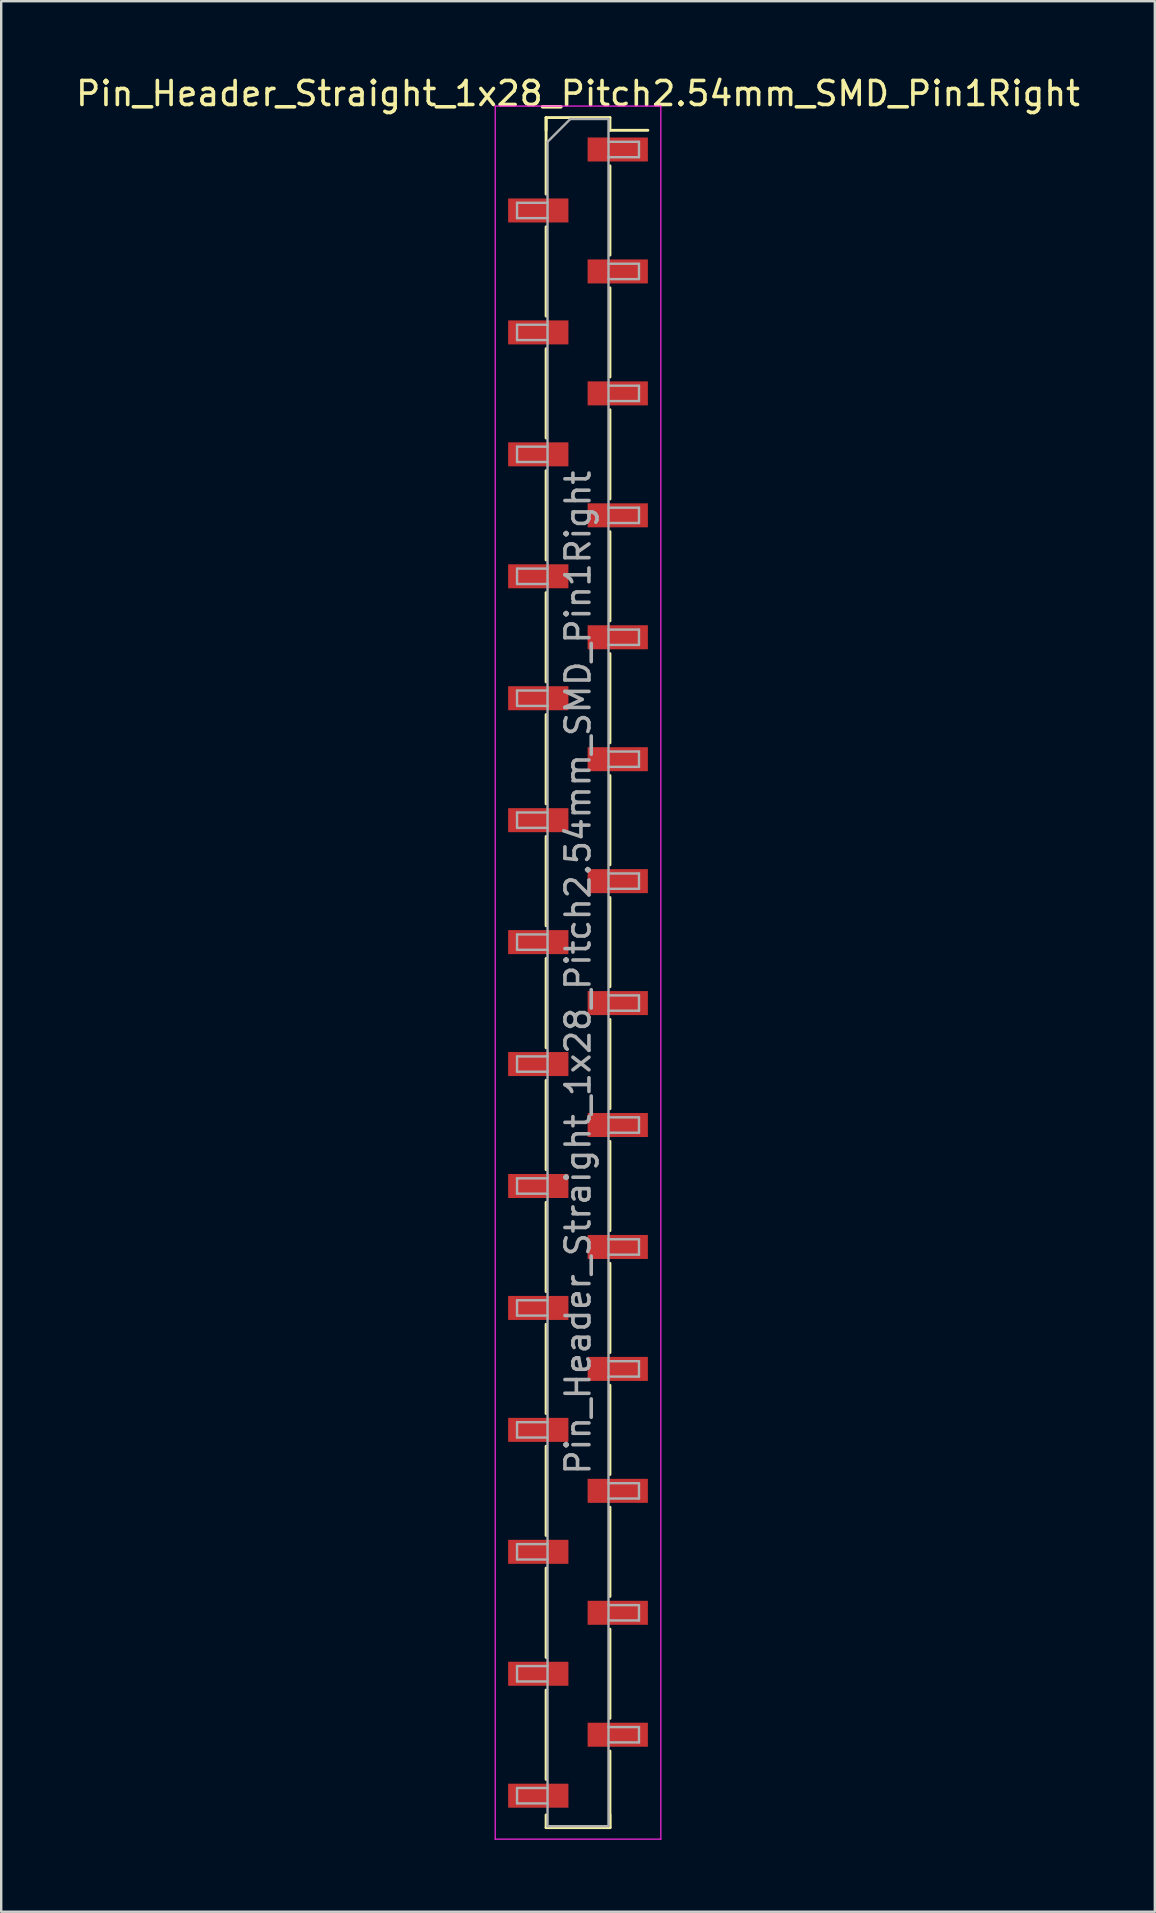
<source format=kicad_pcb>
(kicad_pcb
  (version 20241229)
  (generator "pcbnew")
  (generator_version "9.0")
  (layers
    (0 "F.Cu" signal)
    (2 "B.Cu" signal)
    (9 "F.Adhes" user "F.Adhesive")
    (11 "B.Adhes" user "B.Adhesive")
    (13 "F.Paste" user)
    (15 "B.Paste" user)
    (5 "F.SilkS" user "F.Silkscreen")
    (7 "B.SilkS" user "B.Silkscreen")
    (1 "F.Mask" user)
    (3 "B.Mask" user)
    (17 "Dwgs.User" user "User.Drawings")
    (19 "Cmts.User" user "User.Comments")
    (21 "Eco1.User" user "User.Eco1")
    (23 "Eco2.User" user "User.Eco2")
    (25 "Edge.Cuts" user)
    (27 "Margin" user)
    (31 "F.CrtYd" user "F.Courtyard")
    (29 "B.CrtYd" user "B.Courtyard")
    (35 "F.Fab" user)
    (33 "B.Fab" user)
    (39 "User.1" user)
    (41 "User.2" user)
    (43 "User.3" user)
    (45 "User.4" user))
  (footprint "Pin_Header_Straight_1x28_Pitch2.54mm_SMD_Pin1Right"
    (layer "F.Cu")
    (at 21.03 37.468)
    (property "Reference" "Pin_Header_Straight_1x28_Pitch2.54mm_SMD_Pin1Right" (at 0 -36.62 0) (layer "F.SilkS") (effects (font (size 1 1) (thickness 0.15))))
    (attr smd)
    (fp_line (start -1.33 -35.62) (end -1.33 -32.43) (stroke (width 0.12) (type solid)) (layer "F.SilkS"))
    (fp_line (start -1.33 -35.62) (end 1.33 -35.62) (stroke (width 0.12) (type solid)) (layer "F.SilkS"))
    (fp_line (start -1.33 -35.09) (end -1.33 -35.62) (stroke (width 0.12) (type solid)) (layer "F.SilkS"))
    (fp_line (start -1.33 -31.07) (end -1.33 -27.35) (stroke (width 0.12) (type solid)) (layer "F.SilkS"))
    (fp_line (start -1.33 -25.99) (end -1.33 -22.27) (stroke (width 0.12) (type solid)) (layer "F.SilkS"))
    (fp_line (start -1.33 -20.91) (end -1.33 -17.19) (stroke (width 0.12) (type solid)) (layer "F.SilkS"))
    (fp_line (start -1.33 -15.83) (end -1.33 -12.11) (stroke (width 0.12) (type solid)) (layer "F.SilkS"))
    (fp_line (start -1.33 -10.75) (end -1.33 -7.03) (stroke (width 0.12) (type solid)) (layer "F.SilkS"))
    (fp_line (start -1.33 -5.67) (end -1.33 -1.95) (stroke (width 0.12) (type solid)) (layer "F.SilkS"))
    (fp_line (start -1.33 -0.59) (end -1.33 3.13) (stroke (width 0.12) (type solid)) (layer "F.SilkS"))
    (fp_line (start -1.33 4.49) (end -1.33 8.21) (stroke (width 0.12) (type solid)) (layer "F.SilkS"))
    (fp_line (start -1.33 9.57) (end -1.33 13.29) (stroke (width 0.12) (type solid)) (layer "F.SilkS"))
    (fp_line (start -1.33 14.65) (end -1.33 18.37) (stroke (width 0.12) (type solid)) (layer "F.SilkS"))
    (fp_line (start -1.33 19.73) (end -1.33 23.45) (stroke (width 0.12) (type solid)) (layer "F.SilkS"))
    (fp_line (start -1.33 24.81) (end -1.33 28.53) (stroke (width 0.12) (type solid)) (layer "F.SilkS"))
    (fp_line (start -1.33 29.89) (end -1.33 33.61) (stroke (width 0.12) (type solid)) (layer "F.SilkS"))
    (fp_line (start -1.33 35.09) (end -1.33 35.62) (stroke (width 0.12) (type solid)) (layer "F.SilkS"))
    (fp_line (start -1.33 35.62) (end 1.33 35.62) (stroke (width 0.12) (type solid)) (layer "F.SilkS"))
    (fp_line (start 1.33 -35.62) (end 1.33 -35.09) (stroke (width 0.12) (type solid)) (layer "F.SilkS"))
    (fp_line (start 1.33 -35.09) (end 2.91 -35.09) (stroke (width 0.12) (type solid)) (layer "F.SilkS"))
    (fp_line (start 1.33 -33.61) (end 1.33 -29.89) (stroke (width 0.12) (type solid)) (layer "F.SilkS"))
    (fp_line (start 1.33 -28.53) (end 1.33 -24.81) (stroke (width 0.12) (type solid)) (layer "F.SilkS"))
    (fp_line (start 1.33 -23.45) (end 1.33 -19.73) (stroke (width 0.12) (type solid)) (layer "F.SilkS"))
    (fp_line (start 1.33 -18.37) (end 1.33 -14.65) (stroke (width 0.12) (type solid)) (layer "F.SilkS"))
    (fp_line (start 1.33 -13.29) (end 1.33 -9.57) (stroke (width 0.12) (type solid)) (layer "F.SilkS"))
    (fp_line (start 1.33 -8.21) (end 1.33 -4.49) (stroke (width 0.12) (type solid)) (layer "F.SilkS"))
    (fp_line (start 1.33 -3.13) (end 1.33 0.59) (stroke (width 0.12) (type solid)) (layer "F.SilkS"))
    (fp_line (start 1.33 1.95) (end 1.33 5.67) (stroke (width 0.12) (type solid)) (layer "F.SilkS"))
    (fp_line (start 1.33 7.03) (end 1.33 10.75) (stroke (width 0.12) (type solid)) (layer "F.SilkS"))
    (fp_line (start 1.33 12.11) (end 1.33 15.83) (stroke (width 0.12) (type solid)) (layer "F.SilkS"))
    (fp_line (start 1.33 17.19) (end 1.33 20.91) (stroke (width 0.12) (type solid)) (layer "F.SilkS"))
    (fp_line (start 1.33 22.27) (end 1.33 25.99) (stroke (width 0.12) (type solid)) (layer "F.SilkS"))
    (fp_line (start 1.33 27.35) (end 1.33 31.07) (stroke (width 0.12) (type solid)) (layer "F.SilkS"))
    (fp_line (start 1.33 32.43) (end 1.33 35.62) (stroke (width 0.12) (type solid)) (layer "F.SilkS"))
    (fp_line (start 1.33 35.62) (end 1.33 35.09) (stroke (width 0.12) (type solid)) (layer "F.SilkS"))
    (fp_line (start -3.45 -36.1) (end -3.45 36.1) (stroke (width 0.05) (type solid)) (layer "F.CrtYd"))
    (fp_line (start -3.45 36.1) (end 3.45 36.1) (stroke (width 0.05) (type solid)) (layer "F.CrtYd"))
    (fp_line (start 3.45 -36.1) (end -3.45 -36.1) (stroke (width 0.05) (type solid)) (layer "F.CrtYd"))
    (fp_line (start 3.45 36.1) (end 3.45 -36.1) (stroke (width 0.05) (type solid)) (layer "F.CrtYd"))
    (fp_line (start -2.54 -32.07) (end -2.54 -31.43) (stroke (width 0.1) (type solid)) (layer "F.Fab"))
    (fp_line (start -2.54 -31.43) (end -1.27 -31.43) (stroke (width 0.1) (type solid)) (layer "F.Fab"))
    (fp_line (start -2.54 -26.99) (end -2.54 -26.35) (stroke (width 0.1) (type solid)) (layer "F.Fab"))
    (fp_line (start -2.54 -26.35) (end -1.27 -26.35) (stroke (width 0.1) (type solid)) (layer "F.Fab"))
    (fp_line (start -2.54 -21.91) (end -2.54 -21.27) (stroke (width 0.1) (type solid)) (layer "F.Fab"))
    (fp_line (start -2.54 -21.27) (end -1.27 -21.27) (stroke (width 0.1) (type solid)) (layer "F.Fab"))
    (fp_line (start -2.54 -16.83) (end -2.54 -16.19) (stroke (width 0.1) (type solid)) (layer "F.Fab"))
    (fp_line (start -2.54 -16.19) (end -1.27 -16.19) (stroke (width 0.1) (type solid)) (layer "F.Fab"))
    (fp_line (start -2.54 -11.75) (end -2.54 -11.11) (stroke (width 0.1) (type solid)) (layer "F.Fab"))
    (fp_line (start -2.54 -11.11) (end -1.27 -11.11) (stroke (width 0.1) (type solid)) (layer "F.Fab"))
    (fp_line (start -2.54 -6.67) (end -2.54 -6.03) (stroke (width 0.1) (type solid)) (layer "F.Fab"))
    (fp_line (start -2.54 -6.03) (end -1.27 -6.03) (stroke (width 0.1) (type solid)) (layer "F.Fab"))
    (fp_line (start -2.54 -1.59) (end -2.54 -0.95) (stroke (width 0.1) (type solid)) (layer "F.Fab"))
    (fp_line (start -2.54 -0.95) (end -1.27 -0.95) (stroke (width 0.1) (type solid)) (layer "F.Fab"))
    (fp_line (start -2.54 3.49) (end -2.54 4.13) (stroke (width 0.1) (type solid)) (layer "F.Fab"))
    (fp_line (start -2.54 4.13) (end -1.27 4.13) (stroke (width 0.1) (type solid)) (layer "F.Fab"))
    (fp_line (start -2.54 8.57) (end -2.54 9.21) (stroke (width 0.1) (type solid)) (layer "F.Fab"))
    (fp_line (start -2.54 9.21) (end -1.27 9.21) (stroke (width 0.1) (type solid)) (layer "F.Fab"))
    (fp_line (start -2.54 13.65) (end -2.54 14.29) (stroke (width 0.1) (type solid)) (layer "F.Fab"))
    (fp_line (start -2.54 14.29) (end -1.27 14.29) (stroke (width 0.1) (type solid)) (layer "F.Fab"))
    (fp_line (start -2.54 18.73) (end -2.54 19.37) (stroke (width 0.1) (type solid)) (layer "F.Fab"))
    (fp_line (start -2.54 19.37) (end -1.27 19.37) (stroke (width 0.1) (type solid)) (layer "F.Fab"))
    (fp_line (start -2.54 23.81) (end -2.54 24.45) (stroke (width 0.1) (type solid)) (layer "F.Fab"))
    (fp_line (start -2.54 24.45) (end -1.27 24.45) (stroke (width 0.1) (type solid)) (layer "F.Fab"))
    (fp_line (start -2.54 28.89) (end -2.54 29.53) (stroke (width 0.1) (type solid)) (layer "F.Fab"))
    (fp_line (start -2.54 29.53) (end -1.27 29.53) (stroke (width 0.1) (type solid)) (layer "F.Fab"))
    (fp_line (start -2.54 33.97) (end -2.54 34.61) (stroke (width 0.1) (type solid)) (layer "F.Fab"))
    (fp_line (start -2.54 34.61) (end -1.27 34.61) (stroke (width 0.1) (type solid)) (layer "F.Fab"))
    (fp_line (start -1.27 -34.61) (end -0.32 -35.56) (stroke (width 0.1) (type solid)) (layer "F.Fab"))
    (fp_line (start -1.27 -32.07) (end -2.54 -32.07) (stroke (width 0.1) (type solid)) (layer "F.Fab"))
    (fp_line (start -1.27 -26.99) (end -2.54 -26.99) (stroke (width 0.1) (type solid)) (layer "F.Fab"))
    (fp_line (start -1.27 -21.91) (end -2.54 -21.91) (stroke (width 0.1) (type solid)) (layer "F.Fab"))
    (fp_line (start -1.27 -16.83) (end -2.54 -16.83) (stroke (width 0.1) (type solid)) (layer "F.Fab"))
    (fp_line (start -1.27 -11.75) (end -2.54 -11.75) (stroke (width 0.1) (type solid)) (layer "F.Fab"))
    (fp_line (start -1.27 -6.67) (end -2.54 -6.67) (stroke (width 0.1) (type solid)) (layer "F.Fab"))
    (fp_line (start -1.27 -1.59) (end -2.54 -1.59) (stroke (width 0.1) (type solid)) (layer "F.Fab"))
    (fp_line (start -1.27 3.49) (end -2.54 3.49) (stroke (width 0.1) (type solid)) (layer "F.Fab"))
    (fp_line (start -1.27 8.57) (end -2.54 8.57) (stroke (width 0.1) (type solid)) (layer "F.Fab"))
    (fp_line (start -1.27 13.65) (end -2.54 13.65) (stroke (width 0.1) (type solid)) (layer "F.Fab"))
    (fp_line (start -1.27 18.73) (end -2.54 18.73) (stroke (width 0.1) (type solid)) (layer "F.Fab"))
    (fp_line (start -1.27 23.81) (end -2.54 23.81) (stroke (width 0.1) (type solid)) (layer "F.Fab"))
    (fp_line (start -1.27 28.89) (end -2.54 28.89) (stroke (width 0.1) (type solid)) (layer "F.Fab"))
    (fp_line (start -1.27 33.97) (end -2.54 33.97) (stroke (width 0.1) (type solid)) (layer "F.Fab"))
    (fp_line (start -1.27 35.56) (end -1.27 -34.61) (stroke (width 0.1) (type solid)) (layer "F.Fab"))
    (fp_line (start -0.32 -35.56) (end 1.27 -35.56) (stroke (width 0.1) (type solid)) (layer "F.Fab"))
    (fp_line (start 1.27 -35.56) (end 1.27 35.56) (stroke (width 0.1) (type solid)) (layer "F.Fab"))
    (fp_line (start 1.27 -34.61) (end 2.54 -34.61) (stroke (width 0.1) (type solid)) (layer "F.Fab"))
    (fp_line (start 1.27 -29.53) (end 2.54 -29.53) (stroke (width 0.1) (type solid)) (layer "F.Fab"))
    (fp_line (start 1.27 -24.45) (end 2.54 -24.45) (stroke (width 0.1) (type solid)) (layer "F.Fab"))
    (fp_line (start 1.27 -19.37) (end 2.54 -19.37) (stroke (width 0.1) (type solid)) (layer "F.Fab"))
    (fp_line (start 1.27 -14.29) (end 2.54 -14.29) (stroke (width 0.1) (type solid)) (layer "F.Fab"))
    (fp_line (start 1.27 -9.21) (end 2.54 -9.21) (stroke (width 0.1) (type solid)) (layer "F.Fab"))
    (fp_line (start 1.27 -4.13) (end 2.54 -4.13) (stroke (width 0.1) (type solid)) (layer "F.Fab"))
    (fp_line (start 1.27 0.95) (end 2.54 0.95) (stroke (width 0.1) (type solid)) (layer "F.Fab"))
    (fp_line (start 1.27 6.03) (end 2.54 6.03) (stroke (width 0.1) (type solid)) (layer "F.Fab"))
    (fp_line (start 1.27 11.11) (end 2.54 11.11) (stroke (width 0.1) (type solid)) (layer "F.Fab"))
    (fp_line (start 1.27 16.19) (end 2.54 16.19) (stroke (width 0.1) (type solid)) (layer "F.Fab"))
    (fp_line (start 1.27 21.27) (end 2.54 21.27) (stroke (width 0.1) (type solid)) (layer "F.Fab"))
    (fp_line (start 1.27 26.35) (end 2.54 26.35) (stroke (width 0.1) (type solid)) (layer "F.Fab"))
    (fp_line (start 1.27 31.43) (end 2.54 31.43) (stroke (width 0.1) (type solid)) (layer "F.Fab"))
    (fp_line (start 1.27 35.56) (end -1.27 35.56) (stroke (width 0.1) (type solid)) (layer "F.Fab"))
    (fp_line (start 2.54 -34.61) (end 2.54 -33.97) (stroke (width 0.1) (type solid)) (layer "F.Fab"))
    (fp_line (start 2.54 -33.97) (end 1.27 -33.97) (stroke (width 0.1) (type solid)) (layer "F.Fab"))
    (fp_line (start 2.54 -29.53) (end 2.54 -28.89) (stroke (width 0.1) (type solid)) (layer "F.Fab"))
    (fp_line (start 2.54 -28.89) (end 1.27 -28.89) (stroke (width 0.1) (type solid)) (layer "F.Fab"))
    (fp_line (start 2.54 -24.45) (end 2.54 -23.81) (stroke (width 0.1) (type solid)) (layer "F.Fab"))
    (fp_line (start 2.54 -23.81) (end 1.27 -23.81) (stroke (width 0.1) (type solid)) (layer "F.Fab"))
    (fp_line (start 2.54 -19.37) (end 2.54 -18.73) (stroke (width 0.1) (type solid)) (layer "F.Fab"))
    (fp_line (start 2.54 -18.73) (end 1.27 -18.73) (stroke (width 0.1) (type solid)) (layer "F.Fab"))
    (fp_line (start 2.54 -14.29) (end 2.54 -13.65) (stroke (width 0.1) (type solid)) (layer "F.Fab"))
    (fp_line (start 2.54 -13.65) (end 1.27 -13.65) (stroke (width 0.1) (type solid)) (layer "F.Fab"))
    (fp_line (start 2.54 -9.21) (end 2.54 -8.57) (stroke (width 0.1) (type solid)) (layer "F.Fab"))
    (fp_line (start 2.54 -8.57) (end 1.27 -8.57) (stroke (width 0.1) (type solid)) (layer "F.Fab"))
    (fp_line (start 2.54 -4.13) (end 2.54 -3.49) (stroke (width 0.1) (type solid)) (layer "F.Fab"))
    (fp_line (start 2.54 -3.49) (end 1.27 -3.49) (stroke (width 0.1) (type solid)) (layer "F.Fab"))
    (fp_line (start 2.54 0.95) (end 2.54 1.59) (stroke (width 0.1) (type solid)) (layer "F.Fab"))
    (fp_line (start 2.54 1.59) (end 1.27 1.59) (stroke (width 0.1) (type solid)) (layer "F.Fab"))
    (fp_line (start 2.54 6.03) (end 2.54 6.67) (stroke (width 0.1) (type solid)) (layer "F.Fab"))
    (fp_line (start 2.54 6.67) (end 1.27 6.67) (stroke (width 0.1) (type solid)) (layer "F.Fab"))
    (fp_line (start 2.54 11.11) (end 2.54 11.75) (stroke (width 0.1) (type solid)) (layer "F.Fab"))
    (fp_line (start 2.54 11.75) (end 1.27 11.75) (stroke (width 0.1) (type solid)) (layer "F.Fab"))
    (fp_line (start 2.54 16.19) (end 2.54 16.83) (stroke (width 0.1) (type solid)) (layer "F.Fab"))
    (fp_line (start 2.54 16.83) (end 1.27 16.83) (stroke (width 0.1) (type solid)) (layer "F.Fab"))
    (fp_line (start 2.54 21.27) (end 2.54 21.91) (stroke (width 0.1) (type solid)) (layer "F.Fab"))
    (fp_line (start 2.54 21.91) (end 1.27 21.91) (stroke (width 0.1) (type solid)) (layer "F.Fab"))
    (fp_line (start 2.54 26.35) (end 2.54 26.99) (stroke (width 0.1) (type solid)) (layer "F.Fab"))
    (fp_line (start 2.54 26.99) (end 1.27 26.99) (stroke (width 0.1) (type solid)) (layer "F.Fab"))
    (fp_line (start 2.54 31.43) (end 2.54 32.07) (stroke (width 0.1) (type solid)) (layer "F.Fab"))
    (fp_line (start 2.54 32.07) (end 1.27 32.07) (stroke (width 0.1) (type solid)) (layer "F.Fab"))
    (fp_text user "${REFERENCE}" (at 0 0 90) (layer "F.Fab") (effects (font (size 1 1) (thickness 0.15))))
    (pad "1" smd rect (at 1.655 -34.29) (size 2.51 1) (layers "F.Cu" "F.Mask" "F.Paste"))
    (pad "2" smd rect (at -1.655 -31.75) (size 2.51 1) (layers "F.Cu" "F.Mask" "F.Paste"))
    (pad "3" smd rect (at 1.655 -29.21) (size 2.51 1) (layers "F.Cu" "F.Mask" "F.Paste"))
    (pad "4" smd rect (at -1.655 -26.67) (size 2.51 1) (layers "F.Cu" "F.Mask" "F.Paste"))
    (pad "5" smd rect (at 1.655 -24.13) (size 2.51 1) (layers "F.Cu" "F.Mask" "F.Paste"))
    (pad "6" smd rect (at -1.655 -21.59) (size 2.51 1) (layers "F.Cu" "F.Mask" "F.Paste"))
    (pad "7" smd rect (at 1.655 -19.05) (size 2.51 1) (layers "F.Cu" "F.Mask" "F.Paste"))
    (pad "8" smd rect (at -1.655 -16.51) (size 2.51 1) (layers "F.Cu" "F.Mask" "F.Paste"))
    (pad "9" smd rect (at 1.655 -13.97) (size 2.51 1) (layers "F.Cu" "F.Mask" "F.Paste"))
    (pad "10" smd rect (at -1.655 -11.43) (size 2.51 1) (layers "F.Cu" "F.Mask" "F.Paste"))
    (pad "11" smd rect (at 1.655 -8.89) (size 2.51 1) (layers "F.Cu" "F.Mask" "F.Paste"))
    (pad "12" smd rect (at -1.655 -6.35) (size 2.51 1) (layers "F.Cu" "F.Mask" "F.Paste"))
    (pad "13" smd rect (at 1.655 -3.81) (size 2.51 1) (layers "F.Cu" "F.Mask" "F.Paste"))
    (pad "14" smd rect (at -1.655 -1.27) (size 2.51 1) (layers "F.Cu" "F.Mask" "F.Paste"))
    (pad "15" smd rect (at 1.655 1.27) (size 2.51 1) (layers "F.Cu" "F.Mask" "F.Paste"))
    (pad "16" smd rect (at -1.655 3.81) (size 2.51 1) (layers "F.Cu" "F.Mask" "F.Paste"))
    (pad "17" smd rect (at 1.655 6.35) (size 2.51 1) (layers "F.Cu" "F.Mask" "F.Paste"))
    (pad "18" smd rect (at -1.655 8.89) (size 2.51 1) (layers "F.Cu" "F.Mask" "F.Paste"))
    (pad "19" smd rect (at 1.655 11.43) (size 2.51 1) (layers "F.Cu" "F.Mask" "F.Paste"))
    (pad "20" smd rect (at -1.655 13.97) (size 2.51 1) (layers "F.Cu" "F.Mask" "F.Paste"))
    (pad "21" smd rect (at 1.655 16.51) (size 2.51 1) (layers "F.Cu" "F.Mask" "F.Paste"))
    (pad "22" smd rect (at -1.655 19.05) (size 2.51 1) (layers "F.Cu" "F.Mask" "F.Paste"))
    (pad "23" smd rect (at 1.655 21.59) (size 2.51 1) (layers "F.Cu" "F.Mask" "F.Paste"))
    (pad "24" smd rect (at -1.655 24.13) (size 2.51 1) (layers "F.Cu" "F.Mask" "F.Paste"))
    (pad "25" smd rect (at 1.655 26.67) (size 2.51 1) (layers "F.Cu" "F.Mask" "F.Paste"))
    (pad "26" smd rect (at -1.655 29.21) (size 2.51 1) (layers "F.Cu" "F.Mask" "F.Paste"))
    (pad "27" smd rect (at 1.655 31.75) (size 2.51 1) (layers "F.Cu" "F.Mask" "F.Paste"))
    (pad "28" smd rect (at -1.655 34.29) (size 2.51 1) (layers "F.Cu" "F.Mask" "F.Paste")))
  (gr_rect
    (start -3 -3)
    (end 45.06 76.593)
    (stroke (width 0.1) (type default))
    (fill no)
    (layer "Edge.Cuts")))
</source>
